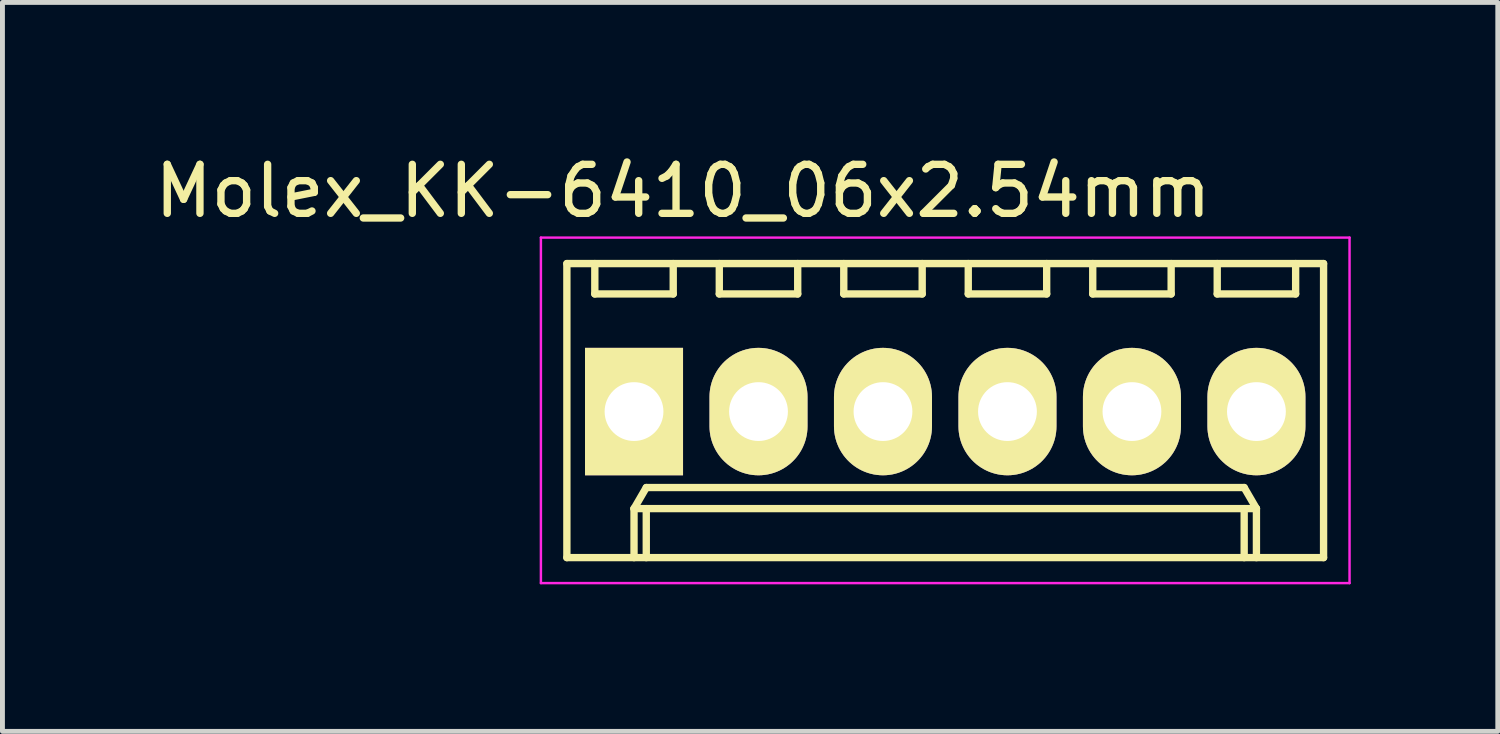
<source format=kicad_pcb>
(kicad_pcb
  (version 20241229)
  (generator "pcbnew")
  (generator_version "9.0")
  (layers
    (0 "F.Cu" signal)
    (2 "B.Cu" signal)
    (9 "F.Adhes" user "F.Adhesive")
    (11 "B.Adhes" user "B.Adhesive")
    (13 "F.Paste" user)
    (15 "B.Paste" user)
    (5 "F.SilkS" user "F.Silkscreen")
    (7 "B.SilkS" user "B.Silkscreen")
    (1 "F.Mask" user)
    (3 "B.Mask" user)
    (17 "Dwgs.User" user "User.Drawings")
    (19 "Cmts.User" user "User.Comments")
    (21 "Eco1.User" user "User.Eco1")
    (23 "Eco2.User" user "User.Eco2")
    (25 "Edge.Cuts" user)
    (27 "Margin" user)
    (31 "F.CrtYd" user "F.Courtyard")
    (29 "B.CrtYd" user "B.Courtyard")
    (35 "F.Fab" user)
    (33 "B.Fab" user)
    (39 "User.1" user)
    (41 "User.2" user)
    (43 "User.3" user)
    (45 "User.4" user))
  (footprint "Molex_KK-6410_06x2.54mm"
    (layer "F.Cu")
    (at 9.887 5.348)
    (property "Reference" "Molex_KK-6410_06x2.54mm" (at 1 -4.5 0) (layer "F.SilkS") (effects (font (size 1 1) (thickness 0.15))))
    (attr through_hole)
    (fp_line (start -1.37 -3.02) (end -1.37 2.98) (stroke (width 0.15) (type solid)) (layer "F.SilkS"))
    (fp_line (start -1.37 2.98) (end 14.07 2.98) (stroke (width 0.15) (type solid)) (layer "F.SilkS"))
    (fp_line (start -0.8 -3.02) (end -0.8 -2.4) (stroke (width 0.15) (type solid)) (layer "F.SilkS"))
    (fp_line (start -0.8 -2.4) (end 0.8 -2.4) (stroke (width 0.15) (type solid)) (layer "F.SilkS"))
    (fp_line (start 0 1.98) (end 0.25 1.55) (stroke (width 0.15) (type solid)) (layer "F.SilkS"))
    (fp_line (start 0 1.98) (end 12.7 1.98) (stroke (width 0.15) (type solid)) (layer "F.SilkS"))
    (fp_line (start 0 2.98) (end 0 1.98) (stroke (width 0.15) (type solid)) (layer "F.SilkS"))
    (fp_line (start 0.25 1.55) (end 12.45 1.55) (stroke (width 0.15) (type solid)) (layer "F.SilkS"))
    (fp_line (start 0.25 2.98) (end 0.25 1.98) (stroke (width 0.15) (type solid)) (layer "F.SilkS"))
    (fp_line (start 0.8 -2.4) (end 0.8 -3.02) (stroke (width 0.15) (type solid)) (layer "F.SilkS"))
    (fp_line (start 1.74 -3.02) (end 1.74 -2.4) (stroke (width 0.15) (type solid)) (layer "F.SilkS"))
    (fp_line (start 1.74 -2.4) (end 3.34 -2.4) (stroke (width 0.15) (type solid)) (layer "F.SilkS"))
    (fp_line (start 3.34 -2.4) (end 3.34 -3.02) (stroke (width 0.15) (type solid)) (layer "F.SilkS"))
    (fp_line (start 4.28 -3.02) (end 4.28 -2.4) (stroke (width 0.15) (type solid)) (layer "F.SilkS"))
    (fp_line (start 4.28 -2.4) (end 5.88 -2.4) (stroke (width 0.15) (type solid)) (layer "F.SilkS"))
    (fp_line (start 5.88 -2.4) (end 5.88 -3.02) (stroke (width 0.15) (type solid)) (layer "F.SilkS"))
    (fp_line (start 6.82 -3.02) (end 6.82 -2.4) (stroke (width 0.15) (type solid)) (layer "F.SilkS"))
    (fp_line (start 6.82 -2.4) (end 8.42 -2.4) (stroke (width 0.15) (type solid)) (layer "F.SilkS"))
    (fp_line (start 8.42 -2.4) (end 8.42 -3.02) (stroke (width 0.15) (type solid)) (layer "F.SilkS"))
    (fp_line (start 9.36 -3.02) (end 9.36 -2.4) (stroke (width 0.15) (type solid)) (layer "F.SilkS"))
    (fp_line (start 9.36 -2.4) (end 10.96 -2.4) (stroke (width 0.15) (type solid)) (layer "F.SilkS"))
    (fp_line (start 10.96 -2.4) (end 10.96 -3.02) (stroke (width 0.15) (type solid)) (layer "F.SilkS"))
    (fp_line (start 11.9 -3.02) (end 11.9 -2.4) (stroke (width 0.15) (type solid)) (layer "F.SilkS"))
    (fp_line (start 11.9 -2.4) (end 13.5 -2.4) (stroke (width 0.15) (type solid)) (layer "F.SilkS"))
    (fp_line (start 12.45 1.55) (end 12.7 1.98) (stroke (width 0.15) (type solid)) (layer "F.SilkS"))
    (fp_line (start 12.45 2.98) (end 12.45 1.98) (stroke (width 0.15) (type solid)) (layer "F.SilkS"))
    (fp_line (start 12.7 1.98) (end 12.7 2.98) (stroke (width 0.15) (type solid)) (layer "F.SilkS"))
    (fp_line (start 13.5 -2.4) (end 13.5 -3.02) (stroke (width 0.15) (type solid)) (layer "F.SilkS"))
    (fp_line (start 14.07 -3.02) (end -1.37 -3.02) (stroke (width 0.15) (type solid)) (layer "F.SilkS"))
    (fp_line (start 14.07 2.98) (end 14.07 -3.02) (stroke (width 0.15) (type solid)) (layer "F.SilkS"))
    (fp_line (start -1.9 -3.55) (end 14.6 -3.55) (stroke (width 0.05) (type solid)) (layer "F.CrtYd"))
    (fp_line (start -1.9 3.5) (end -1.9 -3.55) (stroke (width 0.05) (type solid)) (layer "F.CrtYd"))
    (fp_line (start 14.6 -3.55) (end 14.6 3.5) (stroke (width 0.05) (type solid)) (layer "F.CrtYd"))
    (fp_line (start 14.6 3.5) (end -1.9 3.5) (stroke (width 0.05) (type solid)) (layer "F.CrtYd"))
    (pad "1" thru_hole rect (at 0 0) (size 2 2.6) (drill 1.2) (layers "*.Cu" "*.Mask" "F.SilkS"))
    (pad "2" thru_hole oval (at 2.54 0) (size 2 2.6) (drill 1.2) (layers "*.Cu" "*.Mask" "F.SilkS"))
    (pad "3" thru_hole oval (at 5.08 0) (size 2 2.6) (drill 1.2) (layers "*.Cu" "*.Mask" "F.SilkS"))
    (pad "4" thru_hole oval (at 7.62 0) (size 2 2.6) (drill 1.2) (layers "*.Cu" "*.Mask" "F.SilkS"))
    (pad "5" thru_hole oval (at 10.16 0) (size 2 2.6) (drill 1.2) (layers "*.Cu" "*.Mask" "F.SilkS"))
    (pad "6" thru_hole oval (at 12.7 0) (size 2 2.6) (drill 1.2) (layers "*.Cu" "*.Mask" "F.SilkS")))
  (gr_rect
    (start -3 -3)
    (end 27.512 11.873)
    (stroke (width 0.1) (type default))
    (fill no)
    (layer "Edge.Cuts")))
</source>
